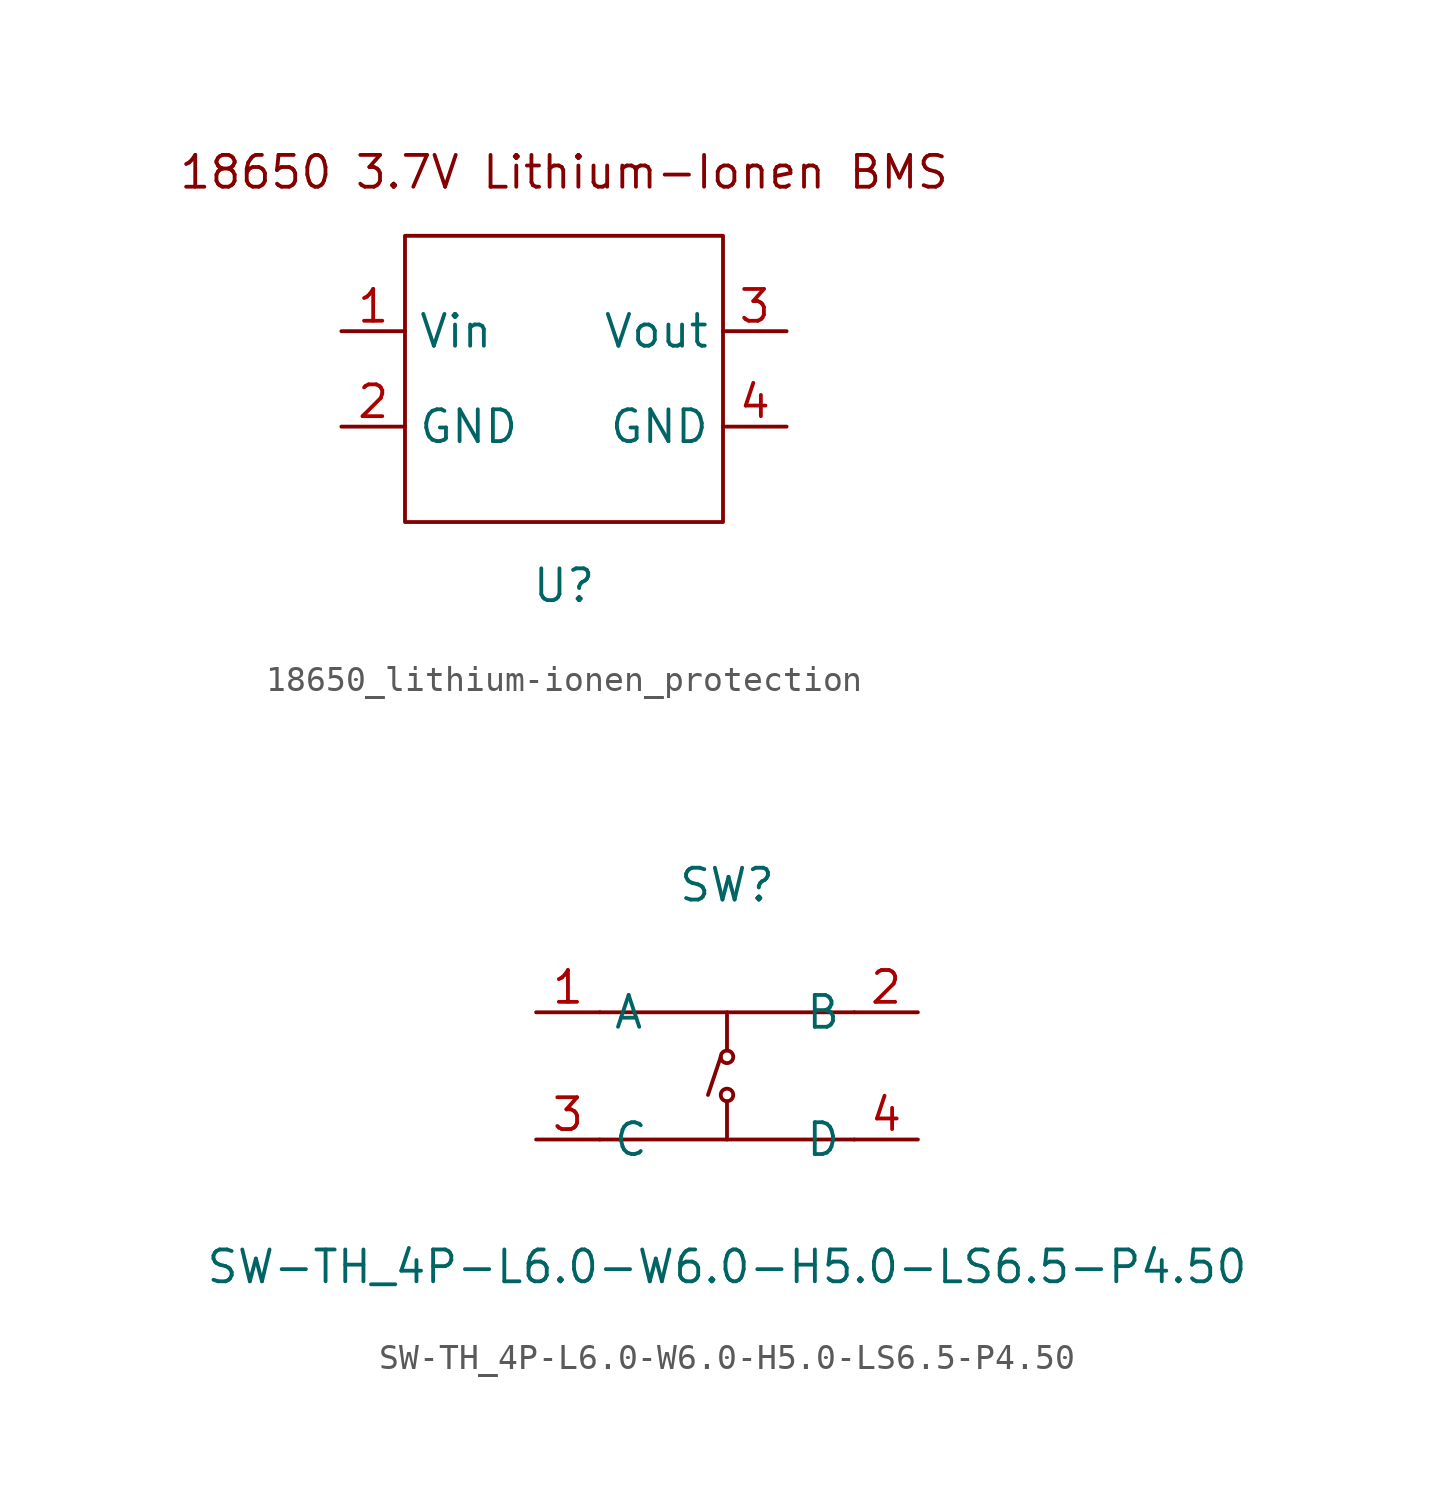
<source format=kicad_sym>
(kicad_symbol_lib
  (version 20241209)
  (generator "kicad_symbol_editor")
  (generator_version "9.0")
  (symbol "18650_lithium-ionen_protection"
    (property "Reference" "U"
      (at 0 0 0)
      (effects (font (size 1.27 1.27))))
    (property "Value" ""
      (at 0 0 0)
      (effects (font (size 1.27 1.27))))
    (symbol "18650_lithium-ionen_protection_0_1"
      (rectangle (start -6.35 13.97) (end 6.35 2.54) (stroke (width 0) (type default)) (fill (type none))))
    (symbol "18650_lithium-ionen_protection_1_1"
      (text "18650 3.7V Lithium-Ionen BMS" (at 0 16.51 0) (effects (font (size 1.27 1.27))))
      (pin input line (at -8.89 10.16 0) (length 2.54) (name "Vin" (effects (font (size 1.27 1.27)))) (number "1" (effects (font (size 1.27 1.27)))))
      (pin input line (at -8.89 6.35 0) (length 2.54) (name "GND" (effects (font (size 1.27 1.27)))) (number "2" (effects (font (size 1.27 1.27)))))
      (pin output line (at 8.89 10.16 180) (length 2.54) (name "Vout" (effects (font (size 1.27 1.27)))) (number "3" (effects (font (size 1.27 1.27)))))
      (pin output line (at 8.89 6.35 180) (length 2.54) (name "GND" (effects (font (size 1.27 1.27)))) (number "4" (effects (font (size 1.27 1.27)))))))
  (symbol "SW-TH_4P-L6.0-W6.0-H5.0-LS6.5-P4.50"
    (property "Reference" "SW"
      (at 0 7.62 0)
      (effects (font (size 1.27 1.27))))
    (property "Value" "SW-TH_4P-L6.0-W6.0-H5.0-LS6.5-P4.50"
      (at 0 -7.62 0)
      (effects (font (size 1.27 1.27))))
    (symbol "SW-TH_4P-L6.0-W6.0-H5.0-LS6.5-P4.50_0_1"
      (polyline (pts (xy -5.08 2.54) (xy 5.08 2.54)) (stroke (width 0) (type default)) (fill (type none)))
      (polyline (pts (xy -5.08 -2.54) (xy 5.08 -2.54)) (stroke (width 0) (type default)) (fill (type none)))
      (polyline (pts (xy -0.25 0.76) (xy -0.76 -0.76)) (stroke (width 0) (type default)) (fill (type none)))
      (polyline (pts (xy 0 2.54) (xy 0 1.02)) (stroke (width 0) (type default)) (fill (type none)))
      (circle (center 0 0.76) (radius 0.25) (stroke (width 0) (type default)) (fill (type none)))
      (circle (center 0 -0.76) (radius 0.25) (stroke (width 0) (type default)) (fill (type none)))
      (polyline (pts (xy 0 -2.54) (xy 0 -1.02) (xy 0 -1.02)) (stroke (width 0) (type default)) (fill (type none)))
      (pin unspecified line (at -7.62 2.54 0) (length 2.54) (name "A" (effects (font (size 1.27 1.27)))) (number "1" (effects (font (size 1.27 1.27)))))
      (pin unspecified line (at -7.62 -2.54 0) (length 2.54) (name "C" (effects (font (size 1.27 1.27)))) (number "3" (effects (font (size 1.27 1.27)))))
      (pin unspecified line (at 7.62 2.54 180) (length 2.54) (name "B" (effects (font (size 1.27 1.27)))) (number "2" (effects (font (size 1.27 1.27)))))
      (pin unspecified line (at 7.62 -2.54 180) (length 2.54) (name "D" (effects (font (size 1.27 1.27)))) (number "4" (effects (font (size 1.27 1.27))))))))
</source>
